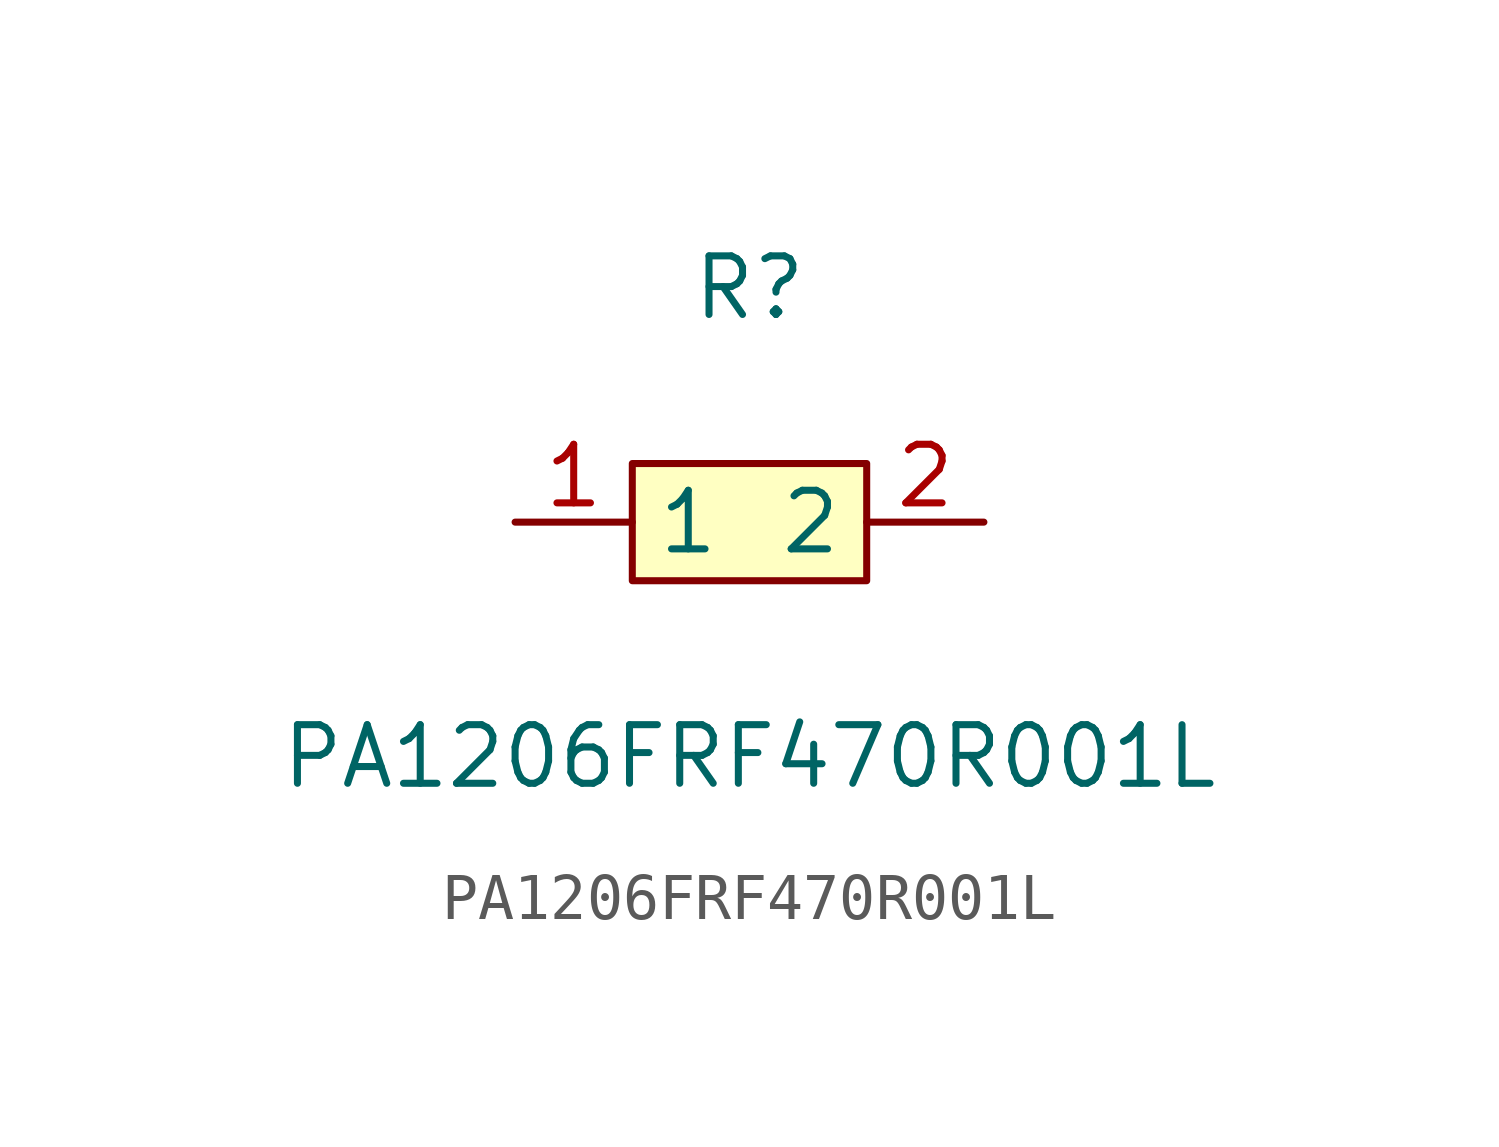
<source format=kicad_sym>
(kicad_symbol_lib
  (version 1)
  (generator "faebryk")
  (symbol "PA1206FRF470R001L"
    (property "Reference" "R"
      (at 0 5.08 0)
      (effects (font (size 1.27 1.27)) (hide no)))
    (property "Value" "PA1206FRF470R001L"
      (at 0 -5.08 0)
      (effects (font (size 1.27 1.27)) (hide no)))
    (symbol "PA1206FRF470R001L_0_1"
      (rectangle (start -2.54 1.27) (end 2.54 -1.27) (stroke (width 0) (type default) (color 0 0 0 0)) (fill (type background)))
      (pin unspecified line (at 5.08 0 180) (length 2.54) (name "2" (effects (font (size 1.27 1.27)) (hide no))) (number "2" (effects (font (size 1.27 1.27)) (hide no))))
      (pin unspecified line (at -5.08 0 0) (length 2.54) (name "1" (effects (font (size 1.27 1.27)) (hide no))) (number "1" (effects (font (size 1.27 1.27)) (hide no)))))))
</source>
